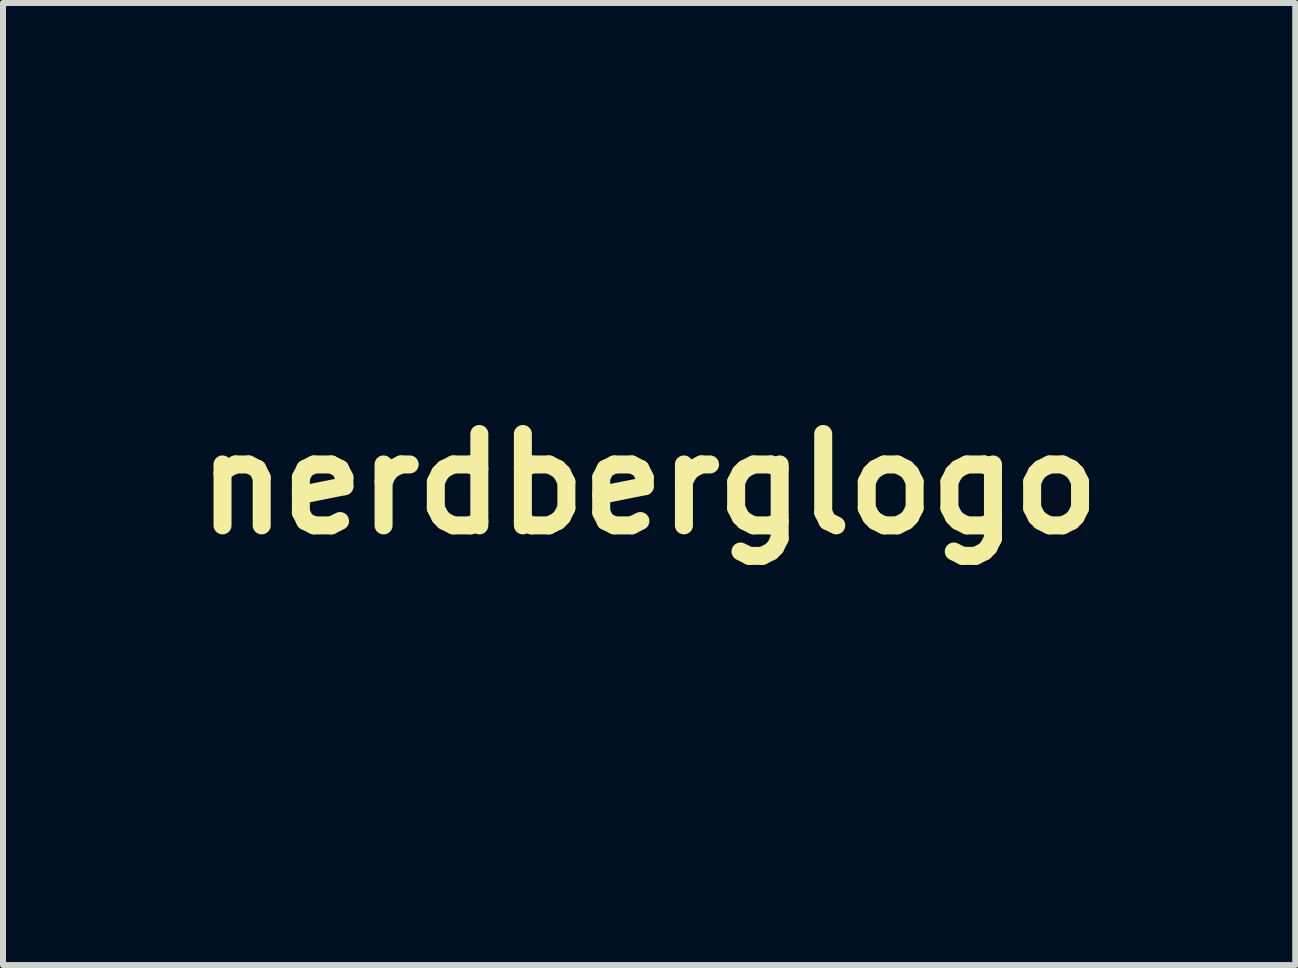
<source format=kicad_pcb>
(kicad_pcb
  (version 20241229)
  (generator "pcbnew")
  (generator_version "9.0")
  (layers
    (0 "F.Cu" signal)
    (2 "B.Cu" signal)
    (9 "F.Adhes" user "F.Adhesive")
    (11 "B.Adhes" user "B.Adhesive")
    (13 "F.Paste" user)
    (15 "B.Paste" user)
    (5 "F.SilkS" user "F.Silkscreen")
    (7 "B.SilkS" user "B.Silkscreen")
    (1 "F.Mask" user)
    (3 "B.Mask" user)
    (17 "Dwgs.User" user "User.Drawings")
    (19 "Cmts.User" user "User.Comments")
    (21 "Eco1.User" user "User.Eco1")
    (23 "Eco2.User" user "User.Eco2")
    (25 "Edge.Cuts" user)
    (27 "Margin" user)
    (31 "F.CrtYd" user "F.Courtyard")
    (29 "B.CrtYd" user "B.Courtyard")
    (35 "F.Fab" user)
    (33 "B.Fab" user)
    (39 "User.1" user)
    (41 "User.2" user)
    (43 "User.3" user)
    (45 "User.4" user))
  (footprint "nerdberglogo"
    (layer "F.Cu")
    (at 7.772 5.02)
    (property "Reference" "nerdberglogo" (at 0 0 0) (layer "F.SilkS") (effects (font (size 1.524 1.524) (thickness 0.3))))
    (attr through_hole)
    (fp_circle (center 0 0) (end 4.92 0.02) (stroke (width 0.2) (type solid)) (fill no) (layer "F.Mask"))
    (fp_poly (pts (xy 1.934 -4.335) (xy 1.964 -4.298) (xy 1.99 -4.22) (xy 1.993 -4.208) (xy 2 -4.162) (xy 2.001 -4.109) (xy 1.996 -4.041) (xy 1.981 -3.948) (xy 1.956 -3.82) (xy 1.92 -3.647) (xy 1.87 -3.422) (xy 1.854 -3.352) (xy 1.823 -3.209) (xy 1.807 -3.117) (xy 1.805 -3.063) (xy 1.818 -3.031) (xy 1.845 -3.008) (xy 1.848 -3.006) (xy 1.884 -2.968) (xy 1.896 -2.911) (xy 1.886 -2.812) (xy 1.885 -2.804) (xy 1.875 -2.687) (xy 1.891 -2.613) (xy 1.907 -2.591) (xy 1.949 -2.518) (xy 1.938 -2.44) (xy 1.907 -2.382) (xy 1.88 -2.314) (xy 1.851 -2.201) (xy 1.825 -2.065) (xy 1.82 -2.038) (xy 1.775 -1.75) (xy 1.728 -1.471) (xy 1.682 -1.209) (xy 1.637 -0.972) (xy 1.595 -0.767) (xy 1.558 -0.603) (xy 1.528 -0.487) (xy 1.505 -0.429) (xy 1.501 -0.424) (xy 1.481 -0.379) (xy 1.453 -0.267) (xy 1.416 -0.088) (xy 1.37 0.156) (xy 1.316 0.466) (xy 1.253 0.842) (xy 1.247 0.876) (xy 1.196 1.185) (xy 1.142 1.496) (xy 1.089 1.797) (xy 1.038 2.076) (xy 0.992 2.321) (xy 0.952 2.521) (xy 0.926 2.644) (xy 0.88 2.853) (xy 0.834 3.07) (xy 0.793 3.273) (xy 0.762 3.438) (xy 0.756 3.468) (xy 0.724 3.627) (xy 0.686 3.779) (xy 0.647 3.899) (xy 0.633 3.932) (xy 0.516 4.106) (xy 0.357 4.236) (xy 0.167 4.316) (xy -0.042 4.343) (xy -0.259 4.311) (xy -0.319 4.292) (xy -0.425 4.242) (xy -0.517 4.181) (xy -0.53 4.17) (xy -0.593 4.089) (xy -0.644 3.972) (xy -0.683 3.816) (xy -0.71 3.616) (xy -0.726 3.369) (xy -0.731 3.071) (xy -0.725 2.717) (xy -0.708 2.303) (xy -0.691 1.988) (xy -0.672 1.636) (xy -0.66 1.344) (xy -0.654 1.106) (xy -0.655 0.916) (xy -0.662 0.766) (xy -0.677 0.65) (xy -0.699 0.561) (xy -0.716 0.517) (xy -0.793 0.423) (xy -0.912 0.361) (xy -1.054 0.338) (xy -1.2 0.356) (xy -1.277 0.386) (xy -1.324 0.414) (xy -1.365 0.45) (xy -1.402 0.498) (xy -1.435 0.564) (xy -1.466 0.654) (xy -1.495 0.771) (xy -1.524 0.921) (xy -1.553 1.109) (xy -1.584 1.34) (xy -1.618 1.619) (xy -1.655 1.95) (xy -1.696 2.34) (xy -1.734 2.707) (xy -1.775 3.102) (xy -1.811 3.436) (xy -1.841 3.709) (xy -1.866 3.92) (xy -1.886 4.068) (xy -1.9 4.153) (xy -1.908 4.173) (xy -1.911 4.129) (xy -1.907 4.019) (xy -1.9 3.887) (xy -1.871 3.407) (xy -1.84 2.949) (xy -1.808 2.517) (xy -1.776 2.116) (xy -1.743 1.752) (xy -1.711 1.431) (xy -1.68 1.157) (xy -1.65 0.935) (xy -1.622 0.772) (xy -1.602 0.688) (xy -1.531 0.507) (xy -1.44 0.36) (xy -1.34 0.261) (xy -1.313 0.245) (xy -1.196 0.212) (xy -1.048 0.205) (xy -0.901 0.223) (xy -0.8 0.257) (xy -0.712 0.31) (xy -0.642 0.374) (xy -0.589 0.455) (xy -0.552 0.561) (xy -0.529 0.699) (xy -0.518 0.877) (xy -0.52 1.102) (xy -0.531 1.382) (xy -0.543 1.6) (xy -0.558 1.88) (xy -0.57 2.191) (xy -0.581 2.509) (xy -0.587 2.809) (xy -0.59 3.066) (xy -0.587 3.35) (xy -0.58 3.575) (xy -0.565 3.75) (xy -0.541 3.883) (xy -0.506 3.983) (xy -0.458 4.057) (xy -0.396 4.115) (xy -0.356 4.142) (xy -0.216 4.195) (xy -0.045 4.212) (xy 0.135 4.193) (xy 0.292 4.141) (xy 0.392 4.08) (xy 0.489 4) (xy 0.565 3.919) (xy 0.604 3.852) (xy 0.606 3.838) (xy 0.583 3.808) (xy 0.532 3.81) (xy 0.479 3.838) (xy 0.455 3.872) (xy 0.418 3.933) (xy 0.349 4.011) (xy 0.317 4.04) (xy 0.237 4.102) (xy 0.16 4.133) (xy 0.056 4.143) (xy 0.007 4.143) (xy -0.188 4.119) (xy -0.337 4.047) (xy -0.44 3.926) (xy -0.461 3.882) (xy -0.493 3.76) (xy -0.516 3.574) (xy -0.528 3.324) (xy -0.531 3.012) (xy -0.524 2.639) (xy -0.507 2.207) (xy -0.49 1.886) (xy -0.471 1.525) (xy -0.459 1.224) (xy -0.456 0.977) (xy -0.462 0.778) (xy -0.48 0.619) (xy -0.509 0.495) (xy -0.552 0.399) (xy -0.609 0.324) (xy -0.681 0.264) (xy -0.771 0.212) (xy -0.794 0.201) (xy -0.982 0.143) (xy -1.166 0.148) (xy -1.335 0.209) (xy -1.48 0.324) (xy -1.592 0.486) (xy -1.649 0.637) (xy -1.66 0.696) (xy -1.677 0.814) (xy -1.699 0.984) (xy -1.726 1.197) (xy -1.756 1.446) (xy -1.788 1.723) (xy -1.822 2.02) (xy -1.835 2.139) (xy -1.869 2.437) (xy -1.9 2.715) (xy -1.929 2.965) (xy -1.955 3.181) (xy -1.975 3.354) (xy -1.991 3.477) (xy -2.001 3.544) (xy -2.003 3.554) (xy -2.012 3.566) (xy -2.016 3.543) (xy -2.016 3.48) (xy -2.01 3.372) (xy -1.999 3.215) (xy -1.983 3.004) (xy -1.96 2.734) (xy -1.937 2.465) (xy -1.9 2.042) (xy -1.867 1.681) (xy -1.837 1.375) (xy -1.809 1.12) (xy -1.782 0.911) (xy -1.755 0.74) (xy -1.727 0.604) (xy -1.696 0.496) (xy -1.662 0.411) (xy -1.624 0.343) (xy -1.58 0.287) (xy -1.529 0.237) (xy -1.49 0.203) (xy -1.309 0.095) (xy -1.115 0.048) (xy -0.916 0.063) (xy -0.725 0.139) (xy -0.588 0.241) (xy -0.518 0.308) (xy -0.465 0.373) (xy -0.425 0.444) (xy -0.398 0.532) (xy -0.382 0.644) (xy -0.376 0.791) (xy -0.377 0.981) (xy -0.385 1.225) (xy -0.391 1.38) (xy -0.4 1.651) (xy -0.408 1.965) (xy -0.415 2.298) (xy -0.419 2.627) (xy -0.421 2.928) (xy -0.421 2.983) (xy -0.421 3.265) (xy -0.418 3.487) (xy -0.411 3.658) (xy -0.398 3.786) (xy -0.377 3.878) (xy -0.345 3.943) (xy -0.301 3.989) (xy -0.243 4.023) (xy -0.169 4.054) (xy -0.153 4.061) (xy -0.056 4.094) (xy 0.015 4.101) (xy 0.093 4.082) (xy 0.154 4.06) (xy 0.227 4.03) (xy 0.285 3.995) (xy 0.332 3.949) (xy 0.37 3.882) (xy 0.402 3.788) (xy 0.424 3.686) (xy 0.576 3.686) (xy 0.585 3.725) (xy 0.606 3.738) (xy 0.617 3.739) (xy 0.646 3.708) (xy 0.678 3.612) (xy 0.712 3.451) (xy 0.72 3.408) (xy 0.753 3.233) (xy 0.795 3.023) (xy 0.84 2.808) (xy 0.872 2.666) (xy 0.912 2.485) (xy 0.934 2.361) (xy 0.939 2.288) (xy 0.929 2.258) (xy 0.923 2.257) (xy 0.892 2.289) (xy 0.852 2.378) (xy 0.806 2.516) (xy 0.757 2.693) (xy 0.708 2.901) (xy 0.66 3.131) (xy 0.625 3.318) (xy 0.596 3.493) (xy 0.58 3.612) (xy 0.576 3.686) (xy 0.424 3.686) (xy 0.429 3.659) (xy 0.456 3.486) (xy 0.483 3.263) (xy 0.515 2.981) (xy 0.517 2.958) (xy 0.545 2.718) (xy 0.583 2.426) (xy 0.622 2.148) (xy 0.876 2.148) (xy 0.897 2.208) (xy 0.941 2.221) (xy 0.983 2.182) (xy 0.99 2.164) (xy 0.999 2.118) (xy 1.017 2.014) (xy 1.043 1.858) (xy 1.076 1.661) (xy 1.114 1.428) (xy 1.156 1.169) (xy 1.195 0.926) (xy 1.239 0.65) (xy 1.28 0.392) (xy 1.318 0.161) (xy 1.349 -0.035) (xy 1.375 -0.187) (xy 1.392 -0.289) (xy 1.399 -0.328) (xy 1.404 -0.392) (xy 1.386 -0.404) (xy 1.355 -0.372) (xy 1.323 -0.302) (xy 1.316 -0.278) (xy 1.289 -0.167) (xy 1.255 -0.007) (xy 1.214 0.193) (xy 1.169 0.422) (xy 1.122 0.67) (xy 1.074 0.928) (xy 1.028 1.185) (xy 0.985 1.432) (xy 0.946 1.658) (xy 0.914 1.854) (xy 0.891 2.009) (xy 0.878 2.114) (xy 0.876 2.148) (xy 0.622 2.148) (xy 0.629 2.097) (xy 0.68 1.747) (xy 0.734 1.391) (xy 0.788 1.043) (xy 0.826 0.813) (xy 0.874 0.525) (xy 0.916 0.258) (xy 0.953 0.018) (xy 0.983 -0.186) (xy 1.005 -0.348) (xy 1.018 -0.46) (xy 1.021 -0.514) (xy 1.02 -0.518) (xy 1.011 -0.537) (xy 1.007 -0.558) (xy 1.134 -0.558) (xy 1.16 -0.529) (xy 1.235 -0.502) (xy 1.341 -0.482) (xy 1.419 -0.476) (xy 1.482 -0.484) (xy 1.514 -0.529) (xy 1.526 -0.581) (xy 1.537 -0.645) (xy 1.558 -0.764) (xy 1.586 -0.928) (xy 1.62 -1.126) (xy 1.658 -1.346) (xy 1.682 -1.482) (xy 1.72 -1.706) (xy 1.755 -1.909) (xy 1.783 -2.08) (xy 1.805 -2.211) (xy 1.817 -2.291) (xy 1.819 -2.312) (xy 1.791 -2.336) (xy 1.724 -2.368) (xy 1.642 -2.397) (xy 1.57 -2.417) (xy 1.532 -2.416) (xy 1.531 -2.415) (xy 1.524 -2.382) (xy 1.505 -2.296) (xy 1.479 -2.17) (xy 1.452 -2.038) (xy 1.417 -1.868) (xy 1.372 -1.656) (xy 1.323 -1.424) (xy 1.273 -1.198) (xy 1.258 -1.129) (xy 1.218 -0.946) (xy 1.183 -0.785) (xy 1.155 -0.659) (xy 1.138 -0.58) (xy 1.134 -0.558) (xy 1.007 -0.558) (xy 1.005 -0.564) (xy 1.005 -0.606) (xy 1.01 -0.672) (xy 1.021 -0.767) (xy 1.039 -0.9) (xy 1.065 -1.077) (xy 1.101 -1.305) (xy 1.146 -1.593) (xy 1.147 -1.605) (xy 1.184 -1.84) (xy 1.216 -2.058) (xy 1.244 -2.247) (xy 1.264 -2.397) (xy 1.27 -2.442) (xy 1.669 -2.442) (xy 1.705 -2.416) (xy 1.71 -2.415) (xy 1.797 -2.398) (xy 1.849 -2.407) (xy 1.879 -2.431) (xy 1.9 -2.482) (xy 1.882 -2.516) (xy 1.811 -2.557) (xy 1.734 -2.544) (xy 1.686 -2.495) (xy 1.669 -2.442) (xy 1.27 -2.442) (xy 1.277 -2.5) (xy 1.28 -2.54) (xy 1.304 -2.63) (xy 1.347 -2.695) (xy 1.399 -2.776) (xy 1.407 -2.814) (xy 1.45 -2.814) (xy 1.465 -2.753) (xy 1.521 -2.724) (xy 1.541 -2.721) (xy 1.633 -2.718) (xy 1.703 -2.745) (xy 1.76 -2.79) (xy 1.816 -2.863) (xy 1.81 -2.925) (xy 1.747 -2.971) (xy 1.632 -2.996) (xy 1.579 -2.998) (xy 1.502 -2.978) (xy 1.47 -2.922) (xy 1.45 -2.814) (xy 1.407 -2.814) (xy 1.415 -2.849) (xy 1.434 -2.962) (xy 1.485 -3.04) (xy 1.551 -3.066) (xy 1.605 -3.071) (xy 1.617 -3.078) (xy 1.623 -3.115) (xy 1.638 -3.197) (xy 1.644 -3.229) (xy 1.765 -3.229) (xy 1.771 -3.238) (xy 1.787 -3.303) (xy 1.811 -3.428) (xy 1.835 -3.553) (xy 1.841 -3.616) (xy 1.825 -3.622) (xy 1.823 -3.62) (xy 1.804 -3.572) (xy 1.786 -3.477) (xy 1.774 -3.369) (xy 1.766 -3.274) (xy 1.765 -3.229) (xy 1.644 -3.229) (xy 1.651 -3.27) (xy 1.671 -3.39) (xy 1.694 -3.548) (xy 1.715 -3.713) (xy 1.717 -3.73) (xy 1.762 -3.73) (xy 1.769 -3.704) (xy 1.815 -3.668) (xy 1.864 -3.691) (xy 1.906 -3.764) (xy 1.929 -3.854) (xy 1.945 -3.991) (xy 1.933 -4.073) (xy 1.893 -4.108) (xy 1.873 -4.11) (xy 1.841 -4.08) (xy 1.809 -4.005) (xy 1.781 -3.907) (xy 1.763 -3.808) (xy 1.762 -3.73) (xy 1.717 -3.73) (xy 1.72 -3.753) (xy 1.746 -3.92) (xy 1.783 -4.074) (xy 1.823 -4.19) (xy 1.886 -4.19) (xy 1.903 -4.157) (xy 1.92 -4.16) (xy 1.951 -4.209) (xy 1.954 -4.232) (xy 1.937 -4.265) (xy 1.92 -4.261) (xy 1.89 -4.213) (xy 1.886 -4.19) (xy 1.823 -4.19) (xy 1.828 -4.203) (xy 1.874 -4.294) (xy 1.918 -4.335)) (stroke (width 0) (type solid)) (fill yes) (layer "F.Mask")))
  (gr_rect
    (start -3 -3)
    (end 18.545 13.04)
    (stroke (width 0.1) (type default))
    (fill no)
    (layer "Edge.Cuts")))
</source>
